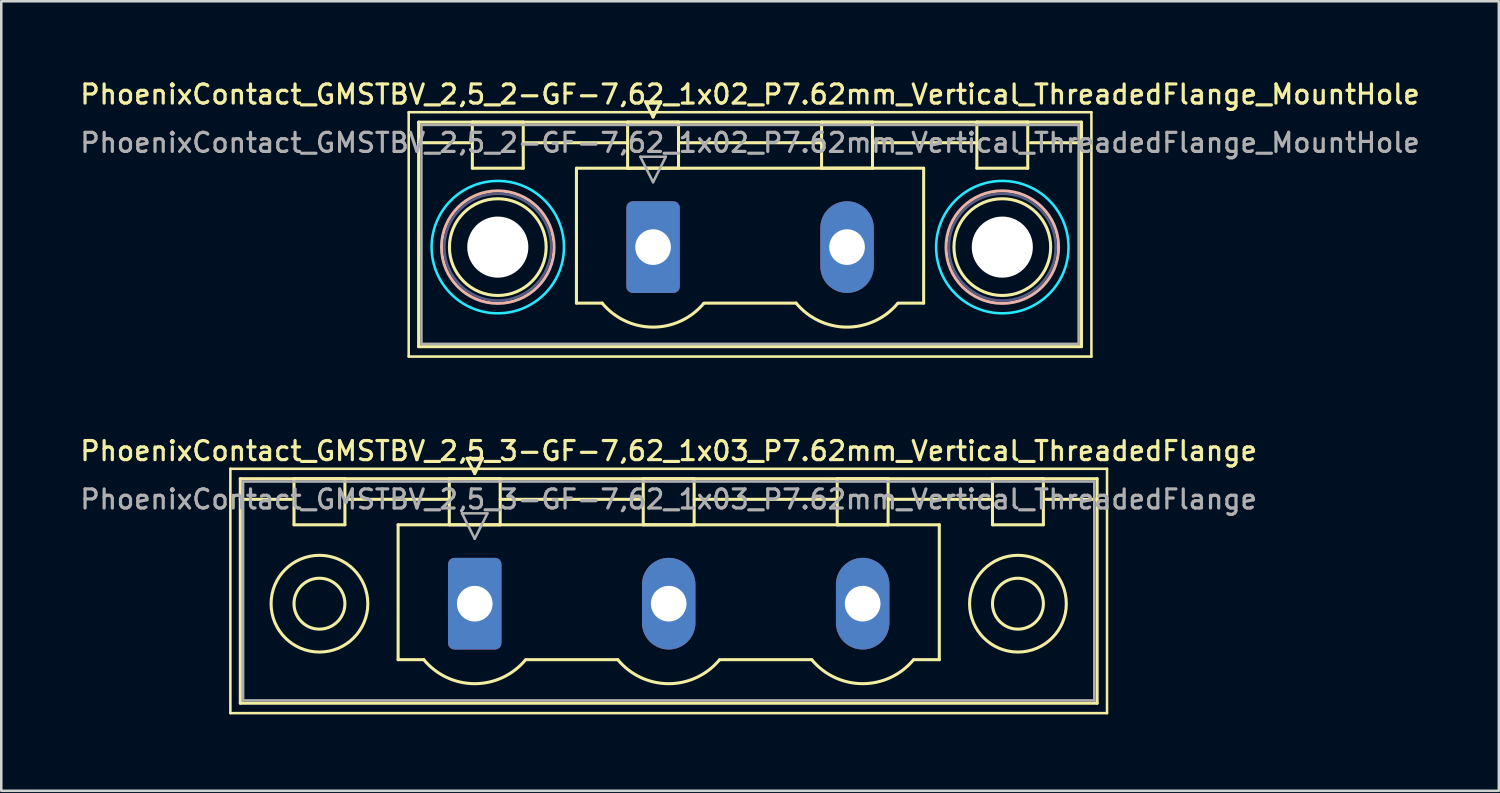
<source format=kicad_pcb>
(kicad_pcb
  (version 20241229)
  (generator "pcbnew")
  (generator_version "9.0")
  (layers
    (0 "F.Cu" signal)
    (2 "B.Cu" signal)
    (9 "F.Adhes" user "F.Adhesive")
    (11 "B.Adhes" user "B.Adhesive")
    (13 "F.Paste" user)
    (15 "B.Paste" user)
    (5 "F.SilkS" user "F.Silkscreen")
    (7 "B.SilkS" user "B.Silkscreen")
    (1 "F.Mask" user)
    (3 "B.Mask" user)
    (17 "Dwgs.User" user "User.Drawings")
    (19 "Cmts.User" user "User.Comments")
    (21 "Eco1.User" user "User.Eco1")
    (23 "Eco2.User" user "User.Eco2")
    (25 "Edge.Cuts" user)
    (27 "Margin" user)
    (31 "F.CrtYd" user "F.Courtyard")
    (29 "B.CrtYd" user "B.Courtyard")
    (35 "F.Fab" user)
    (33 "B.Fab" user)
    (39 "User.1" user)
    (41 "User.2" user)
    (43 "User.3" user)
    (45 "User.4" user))
  (footprint "PhoenixContact_GMSTBV_2,5_3-GF-7,62_1x03_P7.62mm_Vertical_ThreadedFlange"
    (layer "F.Cu")
    (at 15.6 20.666)
    (property "Reference" "PhoenixContact_GMSTBV_2,5_3-GF-7,62_1x03_P7.62mm_Vertical_ThreadedFlange" (at 7.62 -6 0) (layer "F.SilkS") (effects (font (size 0.75 0.75) (thickness 0.125))))
    (attr through_hole)
    (fp_line (start -9.6 -5.3) (end -9.6 4.3) (stroke (width 0.1) (type solid)) (layer "F.SilkS"))
    (fp_line (start -9.6 4.3) (end 24.84 4.3) (stroke (width 0.1) (type solid)) (layer "F.SilkS"))
    (fp_line (start -9.21 -4.91) (end -9.21 3.91) (stroke (width 0.12) (type solid)) (layer "F.SilkS"))
    (fp_line (start -9.21 -4.1) (end -7.21 -4.1) (stroke (width 0.12) (type solid)) (layer "F.SilkS"))
    (fp_line (start -9.21 3.91) (end 24.45 3.91) (stroke (width 0.12) (type solid)) (layer "F.SilkS"))
    (fp_line (start -7.1 -4.91) (end -5.1 -4.91) (stroke (width 0.12) (type solid)) (layer "F.SilkS"))
    (fp_line (start -7.1 -3.1) (end -7.1 -4.91) (stroke (width 0.12) (type solid)) (layer "F.SilkS"))
    (fp_line (start -5.1 -4.91) (end -5.1 -3.1) (stroke (width 0.12) (type solid)) (layer "F.SilkS"))
    (fp_line (start -5.1 -4.1) (end -1 -4.1) (stroke (width 0.12) (type solid)) (layer "F.SilkS"))
    (fp_line (start -5.1 -3.1) (end -7.1 -3.1) (stroke (width 0.12) (type solid)) (layer "F.SilkS"))
    (fp_line (start -3.01 -3.1) (end 18.25 -3.1) (stroke (width 0.12) (type solid)) (layer "F.SilkS"))
    (fp_line (start -3.01 2.2) (end -3.01 -3.1) (stroke (width 0.12) (type solid)) (layer "F.SilkS"))
    (fp_line (start -2 2.2) (end -3.01 2.2) (stroke (width 0.12) (type solid)) (layer "F.SilkS"))
    (fp_line (start -1 -4.91) (end 1 -4.91) (stroke (width 0.12) (type solid)) (layer "F.SilkS"))
    (fp_line (start -1 -3.1) (end -1 -4.91) (stroke (width 0.12) (type solid)) (layer "F.SilkS"))
    (fp_line (start -0.3 -5.71) (end 0.3 -5.71) (stroke (width 0.12) (type solid)) (layer "F.SilkS"))
    (fp_line (start 0 -5.11) (end -0.3 -5.71) (stroke (width 0.12) (type solid)) (layer "F.SilkS"))
    (fp_line (start 0.3 -5.71) (end 0 -5.11) (stroke (width 0.12) (type solid)) (layer "F.SilkS"))
    (fp_line (start 1 -4.91) (end 1 -3.1) (stroke (width 0.12) (type solid)) (layer "F.SilkS"))
    (fp_line (start 1 -4.1) (end 6.62 -4.1) (stroke (width 0.12) (type solid)) (layer "F.SilkS"))
    (fp_line (start 1 -3.1) (end -1 -3.1) (stroke (width 0.12) (type solid)) (layer "F.SilkS"))
    (fp_line (start 2 2.2) (end 5.62 2.2) (stroke (width 0.12) (type solid)) (layer "F.SilkS"))
    (fp_line (start 6.62 -4.91) (end 8.62 -4.91) (stroke (width 0.12) (type solid)) (layer "F.SilkS"))
    (fp_line (start 6.62 -3.1) (end 6.62 -4.91) (stroke (width 0.12) (type solid)) (layer "F.SilkS"))
    (fp_line (start 8.62 -4.91) (end 8.62 -3.1) (stroke (width 0.12) (type solid)) (layer "F.SilkS"))
    (fp_line (start 8.62 -4.1) (end 14.24 -4.1) (stroke (width 0.12) (type solid)) (layer "F.SilkS"))
    (fp_line (start 8.62 -3.1) (end 6.62 -3.1) (stroke (width 0.12) (type solid)) (layer "F.SilkS"))
    (fp_line (start 9.62 2.2) (end 13.24 2.2) (stroke (width 0.12) (type solid)) (layer "F.SilkS"))
    (fp_line (start 14.24 -4.91) (end 16.24 -4.91) (stroke (width 0.12) (type solid)) (layer "F.SilkS"))
    (fp_line (start 14.24 -3.1) (end 14.24 -4.91) (stroke (width 0.12) (type solid)) (layer "F.SilkS"))
    (fp_line (start 16.24 -4.91) (end 16.24 -3.1) (stroke (width 0.12) (type solid)) (layer "F.SilkS"))
    (fp_line (start 16.24 -4.1) (end 20.34 -4.1) (stroke (width 0.12) (type solid)) (layer "F.SilkS"))
    (fp_line (start 16.24 -3.1) (end 14.24 -3.1) (stroke (width 0.12) (type solid)) (layer "F.SilkS"))
    (fp_line (start 18.25 -3.1) (end 18.25 2.2) (stroke (width 0.12) (type solid)) (layer "F.SilkS"))
    (fp_line (start 18.25 2.2) (end 17.24 2.2) (stroke (width 0.12) (type solid)) (layer "F.SilkS"))
    (fp_line (start 20.34 -4.91) (end 22.34 -4.91) (stroke (width 0.12) (type solid)) (layer "F.SilkS"))
    (fp_line (start 20.34 -3.1) (end 20.34 -4.91) (stroke (width 0.12) (type solid)) (layer "F.SilkS"))
    (fp_line (start 22.34 -4.91) (end 22.34 -3.1) (stroke (width 0.12) (type solid)) (layer "F.SilkS"))
    (fp_line (start 22.34 -3.1) (end 20.34 -3.1) (stroke (width 0.12) (type solid)) (layer "F.SilkS"))
    (fp_line (start 24.45 -4.91) (end -9.21 -4.91) (stroke (width 0.12) (type solid)) (layer "F.SilkS"))
    (fp_line (start 24.45 -4.1) (end 22.45 -4.1) (stroke (width 0.12) (type solid)) (layer "F.SilkS"))
    (fp_line (start 24.45 3.91) (end 24.45 -4.91) (stroke (width 0.12) (type solid)) (layer "F.SilkS"))
    (fp_line (start 24.84 -5.3) (end -9.6 -5.3) (stroke (width 0.1) (type solid)) (layer "F.SilkS"))
    (fp_line (start 24.84 4.3) (end 24.84 -5.3) (stroke (width 0.1) (type solid)) (layer "F.SilkS"))
    (fp_arc (start 1.986842 2.215821) (mid -0.010289 3.142758) (end -2 2.2) (stroke (width 0.12) (type solid)) (layer "F.SilkS"))
    (fp_arc (start 9.606842 2.215821) (mid 7.609711 3.142758) (end 5.62 2.2) (stroke (width 0.12) (type solid)) (layer "F.SilkS"))
    (fp_arc (start 17.226842 2.215821) (mid 15.229711 3.142758) (end 13.24 2.2) (stroke (width 0.12) (type solid)) (layer "F.SilkS"))
    (fp_circle (center -6.1 0) (end -5.1 0) (stroke (width 0.12) (type solid)) (fill no) (layer "F.SilkS"))
    (fp_circle (center -6.1 0) (end -4.2 0) (stroke (width 0.12) (type solid)) (fill no) (layer "F.SilkS"))
    (fp_circle (center 21.34 0) (end 22.34 0) (stroke (width 0.12) (type solid)) (fill no) (layer "F.SilkS"))
    (fp_circle (center 21.34 0) (end 23.24 0) (stroke (width 0.12) (type solid)) (fill no) (layer "F.SilkS"))
    (fp_line (start -9.1 -4.8) (end -9.1 3.8) (stroke (width 0.1) (type solid)) (layer "F.Fab"))
    (fp_line (start -9.1 3.8) (end 24.34 3.8) (stroke (width 0.1) (type solid)) (layer "F.Fab"))
    (fp_line (start -0.5 -3.55) (end 0.5 -3.55) (stroke (width 0.1) (type solid)) (layer "F.Fab"))
    (fp_line (start 0 -2.55) (end -0.5 -3.55) (stroke (width 0.1) (type solid)) (layer "F.Fab"))
    (fp_line (start 0.5 -3.55) (end 0 -2.55) (stroke (width 0.1) (type solid)) (layer "F.Fab"))
    (fp_line (start 24.34 -4.8) (end -9.1 -4.8) (stroke (width 0.1) (type solid)) (layer "F.Fab"))
    (fp_line (start 24.34 3.8) (end 24.34 -4.8) (stroke (width 0.1) (type solid)) (layer "F.Fab"))
    (fp_text user "${REFERENCE}" (at 7.62 -4.1 0) (layer "F.Fab") (effects (font (size 0.75 0.75) (thickness 0.125))))
    (pad "1" thru_hole roundrect (at 0 0) (size 2.1 3.6) (drill 1.4) (layers "*.Cu" "*.Mask") (roundrect_rratio 0.119))
    (pad "2" thru_hole oval (at 7.62 0) (size 2.1 3.6) (drill 1.4) (layers "*.Cu" "*.Mask"))
    (pad "3" thru_hole oval (at 15.24 0) (size 2.1 3.6) (drill 1.4) (layers "*.Cu" "*.Mask")))
  (footprint "PhoenixContact_GMSTBV_2,5_2-GF-7,62_1x02_P7.62mm_Vertical_ThreadedFlange_MountHole"
    (layer "F.Cu")
    (at 22.606 6.658)
    (property "Reference" "PhoenixContact_GMSTBV_2,5_2-GF-7,62_1x02_P7.62mm_Vertical_ThreadedFlange_MountHole" (at 3.81 -6 0) (layer "F.SilkS") (effects (font (size 0.75 0.75) (thickness 0.125))))
    (attr through_hole)
    (fp_line (start -9.6 -5.3) (end -9.6 4.3) (stroke (width 0.1) (type solid)) (layer "F.SilkS"))
    (fp_line (start -9.6 4.3) (end 17.22 4.3) (stroke (width 0.1) (type solid)) (layer "F.SilkS"))
    (fp_line (start -9.21 -4.91) (end -9.21 3.91) (stroke (width 0.12) (type solid)) (layer "F.SilkS"))
    (fp_line (start -9.21 -4.1) (end -7.21 -4.1) (stroke (width 0.12) (type solid)) (layer "F.SilkS"))
    (fp_line (start -9.21 3.91) (end 16.83 3.91) (stroke (width 0.12) (type solid)) (layer "F.SilkS"))
    (fp_line (start -7.1 -4.91) (end -5.1 -4.91) (stroke (width 0.12) (type solid)) (layer "F.SilkS"))
    (fp_line (start -7.1 -3.1) (end -7.1 -4.91) (stroke (width 0.12) (type solid)) (layer "F.SilkS"))
    (fp_line (start -5.1 -4.91) (end -5.1 -3.1) (stroke (width 0.12) (type solid)) (layer "F.SilkS"))
    (fp_line (start -5.1 -4.1) (end -1 -4.1) (stroke (width 0.12) (type solid)) (layer "F.SilkS"))
    (fp_line (start -5.1 -3.1) (end -7.1 -3.1) (stroke (width 0.12) (type solid)) (layer "F.SilkS"))
    (fp_line (start -3.01 -3.1) (end 10.63 -3.1) (stroke (width 0.12) (type solid)) (layer "F.SilkS"))
    (fp_line (start -3.01 2.2) (end -3.01 -3.1) (stroke (width 0.12) (type solid)) (layer "F.SilkS"))
    (fp_line (start -2 2.2) (end -3.01 2.2) (stroke (width 0.12) (type solid)) (layer "F.SilkS"))
    (fp_line (start -1 -4.91) (end 1 -4.91) (stroke (width 0.12) (type solid)) (layer "F.SilkS"))
    (fp_line (start -1 -3.1) (end -1 -4.91) (stroke (width 0.12) (type solid)) (layer "F.SilkS"))
    (fp_line (start -0.3 -5.71) (end 0.3 -5.71) (stroke (width 0.12) (type solid)) (layer "F.SilkS"))
    (fp_line (start 0 -5.11) (end -0.3 -5.71) (stroke (width 0.12) (type solid)) (layer "F.SilkS"))
    (fp_line (start 0.3 -5.71) (end 0 -5.11) (stroke (width 0.12) (type solid)) (layer "F.SilkS"))
    (fp_line (start 1 -4.91) (end 1 -3.1) (stroke (width 0.12) (type solid)) (layer "F.SilkS"))
    (fp_line (start 1 -4.1) (end 6.62 -4.1) (stroke (width 0.12) (type solid)) (layer "F.SilkS"))
    (fp_line (start 1 -3.1) (end -1 -3.1) (stroke (width 0.12) (type solid)) (layer "F.SilkS"))
    (fp_line (start 2 2.2) (end 5.62 2.2) (stroke (width 0.12) (type solid)) (layer "F.SilkS"))
    (fp_line (start 6.62 -4.91) (end 8.62 -4.91) (stroke (width 0.12) (type solid)) (layer "F.SilkS"))
    (fp_line (start 6.62 -3.1) (end 6.62 -4.91) (stroke (width 0.12) (type solid)) (layer "F.SilkS"))
    (fp_line (start 8.62 -4.91) (end 8.62 -3.1) (stroke (width 0.12) (type solid)) (layer "F.SilkS"))
    (fp_line (start 8.62 -4.1) (end 12.72 -4.1) (stroke (width 0.12) (type solid)) (layer "F.SilkS"))
    (fp_line (start 8.62 -3.1) (end 6.62 -3.1) (stroke (width 0.12) (type solid)) (layer "F.SilkS"))
    (fp_line (start 10.63 -3.1) (end 10.63 2.2) (stroke (width 0.12) (type solid)) (layer "F.SilkS"))
    (fp_line (start 10.63 2.2) (end 9.62 2.2) (stroke (width 0.12) (type solid)) (layer "F.SilkS"))
    (fp_line (start 12.72 -4.91) (end 14.72 -4.91) (stroke (width 0.12) (type solid)) (layer "F.SilkS"))
    (fp_line (start 12.72 -3.1) (end 12.72 -4.91) (stroke (width 0.12) (type solid)) (layer "F.SilkS"))
    (fp_line (start 14.72 -4.91) (end 14.72 -3.1) (stroke (width 0.12) (type solid)) (layer "F.SilkS"))
    (fp_line (start 14.72 -3.1) (end 12.72 -3.1) (stroke (width 0.12) (type solid)) (layer "F.SilkS"))
    (fp_line (start 16.83 -4.91) (end -9.21 -4.91) (stroke (width 0.12) (type solid)) (layer "F.SilkS"))
    (fp_line (start 16.83 -4.1) (end 14.83 -4.1) (stroke (width 0.12) (type solid)) (layer "F.SilkS"))
    (fp_line (start 16.83 3.91) (end 16.83 -4.91) (stroke (width 0.12) (type solid)) (layer "F.SilkS"))
    (fp_line (start 17.22 -5.3) (end -9.6 -5.3) (stroke (width 0.1) (type solid)) (layer "F.SilkS"))
    (fp_line (start 17.22 4.3) (end 17.22 -5.3) (stroke (width 0.1) (type solid)) (layer "F.SilkS"))
    (fp_arc (start 1.986842 2.215821) (mid -0.010289 3.142758) (end -2 2.2) (stroke (width 0.12) (type solid)) (layer "F.SilkS"))
    (fp_arc (start 9.606842 2.215821) (mid 7.609711 3.142758) (end 5.62 2.2) (stroke (width 0.12) (type solid)) (layer "F.SilkS"))
    (fp_circle (center -6.1 0) (end -4.2 0) (stroke (width 0.12) (type solid)) (fill no) (layer "F.SilkS"))
    (fp_circle (center 13.72 0) (end 15.62 0) (stroke (width 0.12) (type solid)) (fill no) (layer "F.SilkS"))
    (fp_circle (center -6.1 0) (end -3.89 0) (stroke (width 0.12) (type solid)) (fill no) (layer "B.SilkS"))
    (fp_circle (center 13.72 0) (end 15.93 0) (stroke (width 0.12) (type solid)) (fill no) (layer "B.SilkS"))
    (fp_circle (center -6.1 0) (end -3.5 0) (stroke (width 0.1) (type solid)) (fill no) (layer "B.CrtYd"))
    (fp_circle (center 13.72 0) (end 16.32 0) (stroke (width 0.1) (type solid)) (fill no) (layer "B.CrtYd"))
    (fp_circle (center -6.1 0) (end -4 0) (stroke (width 0.1) (type solid)) (fill no) (layer "B.Fab"))
    (fp_circle (center 13.72 0) (end 15.82 0) (stroke (width 0.1) (type solid)) (fill no) (layer "B.Fab"))
    (fp_line (start -9.1 -4.8) (end -9.1 3.8) (stroke (width 0.1) (type solid)) (layer "F.Fab"))
    (fp_line (start -9.1 3.8) (end 16.72 3.8) (stroke (width 0.1) (type solid)) (layer "F.Fab"))
    (fp_line (start -0.5 -3.55) (end 0.5 -3.55) (stroke (width 0.1) (type solid)) (layer "F.Fab"))
    (fp_line (start 0 -2.55) (end -0.5 -3.55) (stroke (width 0.1) (type solid)) (layer "F.Fab"))
    (fp_line (start 0.5 -3.55) (end 0 -2.55) (stroke (width 0.1) (type solid)) (layer "F.Fab"))
    (fp_line (start 16.72 -4.8) (end -9.1 -4.8) (stroke (width 0.1) (type solid)) (layer "F.Fab"))
    (fp_line (start 16.72 3.8) (end 16.72 -4.8) (stroke (width 0.1) (type solid)) (layer "F.Fab"))
    (fp_text user "${REFERENCE}" (at 3.81 -4.1 0) (layer "F.Fab") (effects (font (size 0.75 0.75) (thickness 0.125))))
    (pad "" np_thru_hole circle (at -6.1 0) (size 2.4 2.4) (drill 2.4) (layers "*.Cu" "*.Mask"))
    (pad "" np_thru_hole circle (at 13.72 0) (size 2.4 2.4) (drill 2.4) (layers "*.Cu" "*.Mask"))
    (pad "1" thru_hole roundrect (at 0 0) (size 2.1 3.6) (drill 1.4) (layers "*.Cu" "*.Mask") (roundrect_rratio 0.119))
    (pad "2" thru_hole oval (at 7.62 0) (size 2.1 3.6) (drill 1.4) (layers "*.Cu" "*.Mask")))
  (gr_rect
    (start -3 -3)
    (end 55.832 28.016)
    (stroke (width 0.1) (type default))
    (fill no)
    (layer "Edge.Cuts")))
</source>
